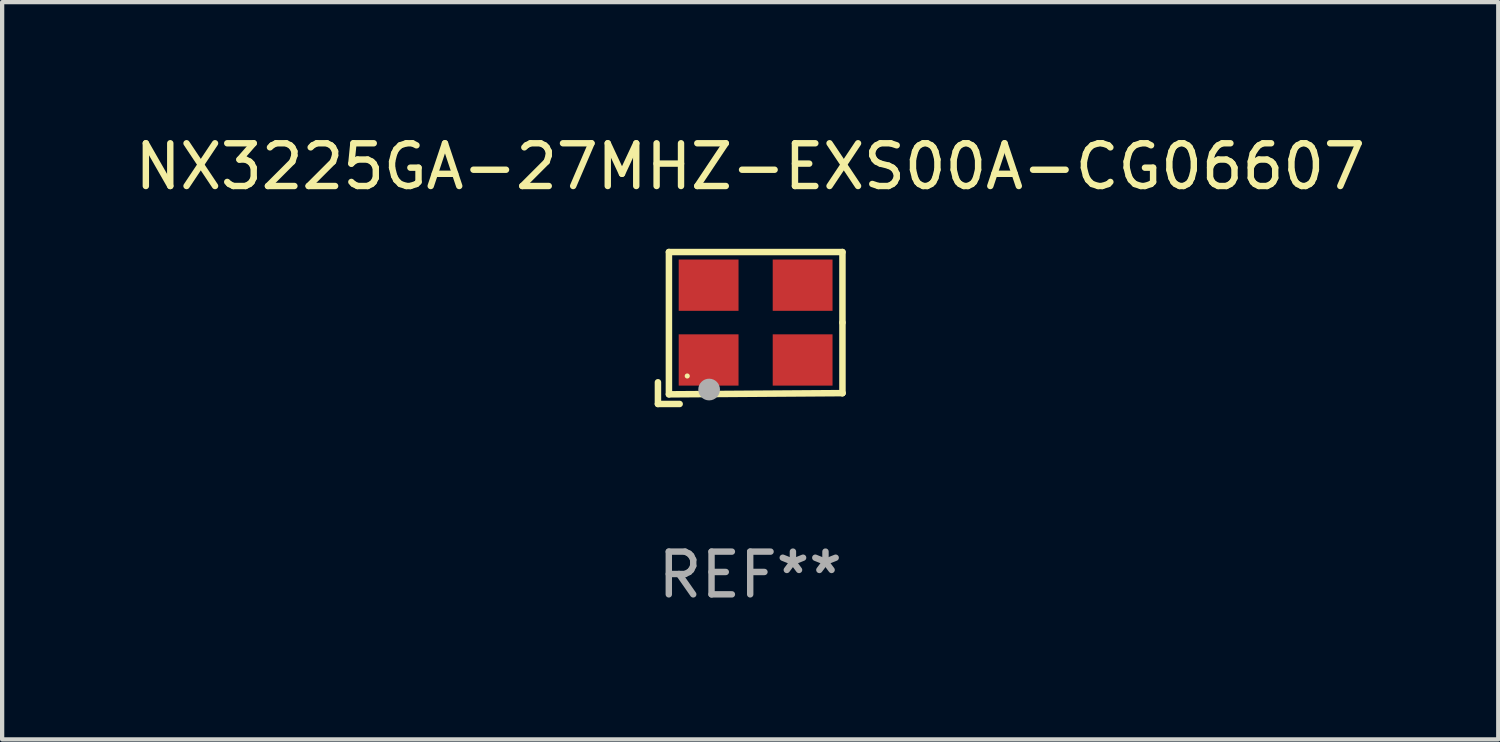
<source format=kicad_pcb>
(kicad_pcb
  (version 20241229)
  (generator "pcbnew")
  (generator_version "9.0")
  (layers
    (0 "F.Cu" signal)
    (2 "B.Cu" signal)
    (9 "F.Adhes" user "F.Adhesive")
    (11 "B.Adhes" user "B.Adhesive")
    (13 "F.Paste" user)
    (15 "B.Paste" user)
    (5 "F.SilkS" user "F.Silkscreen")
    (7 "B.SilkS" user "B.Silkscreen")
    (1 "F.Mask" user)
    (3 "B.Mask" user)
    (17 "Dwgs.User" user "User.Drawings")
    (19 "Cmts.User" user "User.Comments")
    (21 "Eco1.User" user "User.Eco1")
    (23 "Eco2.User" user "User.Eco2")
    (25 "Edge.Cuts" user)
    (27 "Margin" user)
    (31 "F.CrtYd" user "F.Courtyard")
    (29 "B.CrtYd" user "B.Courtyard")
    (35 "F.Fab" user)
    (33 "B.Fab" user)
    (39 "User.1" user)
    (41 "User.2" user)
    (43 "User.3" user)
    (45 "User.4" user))
  (footprint "NX3225GA-27MHZ-EXS00A-CG06607"
    (layer "F.Cu")
    (at 14.506 4.626)
    (property "Reference" "NX3225GA-27MHZ-EXS00A-CG06607" (at 0 -3.778 0) (layer "F.SilkS") (effects (font (size 1 1) (thickness 0.15))))
    (attr through_hole)
    (fp_line (start -2.159 1.27) (end -2.159 1.778) (stroke (width 0.152) (type solid)) (layer "F.SilkS"))
    (fp_line (start -2.159 1.778) (end -1.651 1.778) (stroke (width 0.152) (type solid)) (layer "F.SilkS"))
    (fp_line (start -1.902 -1.778) (end 2.159 -1.778) (stroke (width 0.152) (type solid)) (layer "F.SilkS"))
    (fp_line (start -1.902 1.552) (end -1.902 -1.778) (stroke (width 0.152) (type solid)) (layer "F.SilkS"))
    (fp_line (start 2.159 -1.778) (end 2.159 -0.127) (stroke (width 0.152) (type solid)) (layer "F.SilkS"))
    (fp_line (start 2.159 -0.127) (end 2.159 1.524) (stroke (width 0.152) (type solid)) (layer "F.SilkS"))
    (fp_line (start 2.159 1.524) (end -1.902 1.552) (stroke (width 0.152) (type solid)) (layer "F.SilkS"))
    (fp_line (start 2.159 1.524) (end 2.159 1.524) (stroke (width 0.152) (type solid)) (layer "F.SilkS"))
    (fp_circle (center -1.473 1.123) (end -1.443 1.123) (stroke (width 0.06) (type solid)) (fill no) (layer "F.SilkS"))
    (fp_circle (center -0.961 1.44) (end -0.834 1.44) (stroke (width 0.254) (type solid)) (fill no) (layer "F.Fab"))
    (fp_text user "REF**" (at 0 5.778 0) (layer "F.Fab") (effects (font (size 1 1) (thickness 0.15))))
    (pad "1" smd rect (at -0.973 0.748) (size 1.4 1.2) (layers "F.Cu" "F.Mask" "F.Paste"))
    (pad "2" smd rect (at 1.227 0.748) (size 1.4 1.2) (layers "F.Cu" "F.Mask" "F.Paste"))
    (pad "3" smd rect (at 1.227 -1.002) (size 1.4 1.2) (layers "F.Cu" "F.Mask" "F.Paste"))
    (pad "4" smd rect (at -0.973 -1.002) (size 1.4 1.2) (layers "F.Cu" "F.Mask" "F.Paste")))
  (gr_rect
    (start -3 -3)
    (end 32.012 14.253)
    (stroke (width 0.1) (type default))
    (fill no)
    (layer "Edge.Cuts")))
</source>
